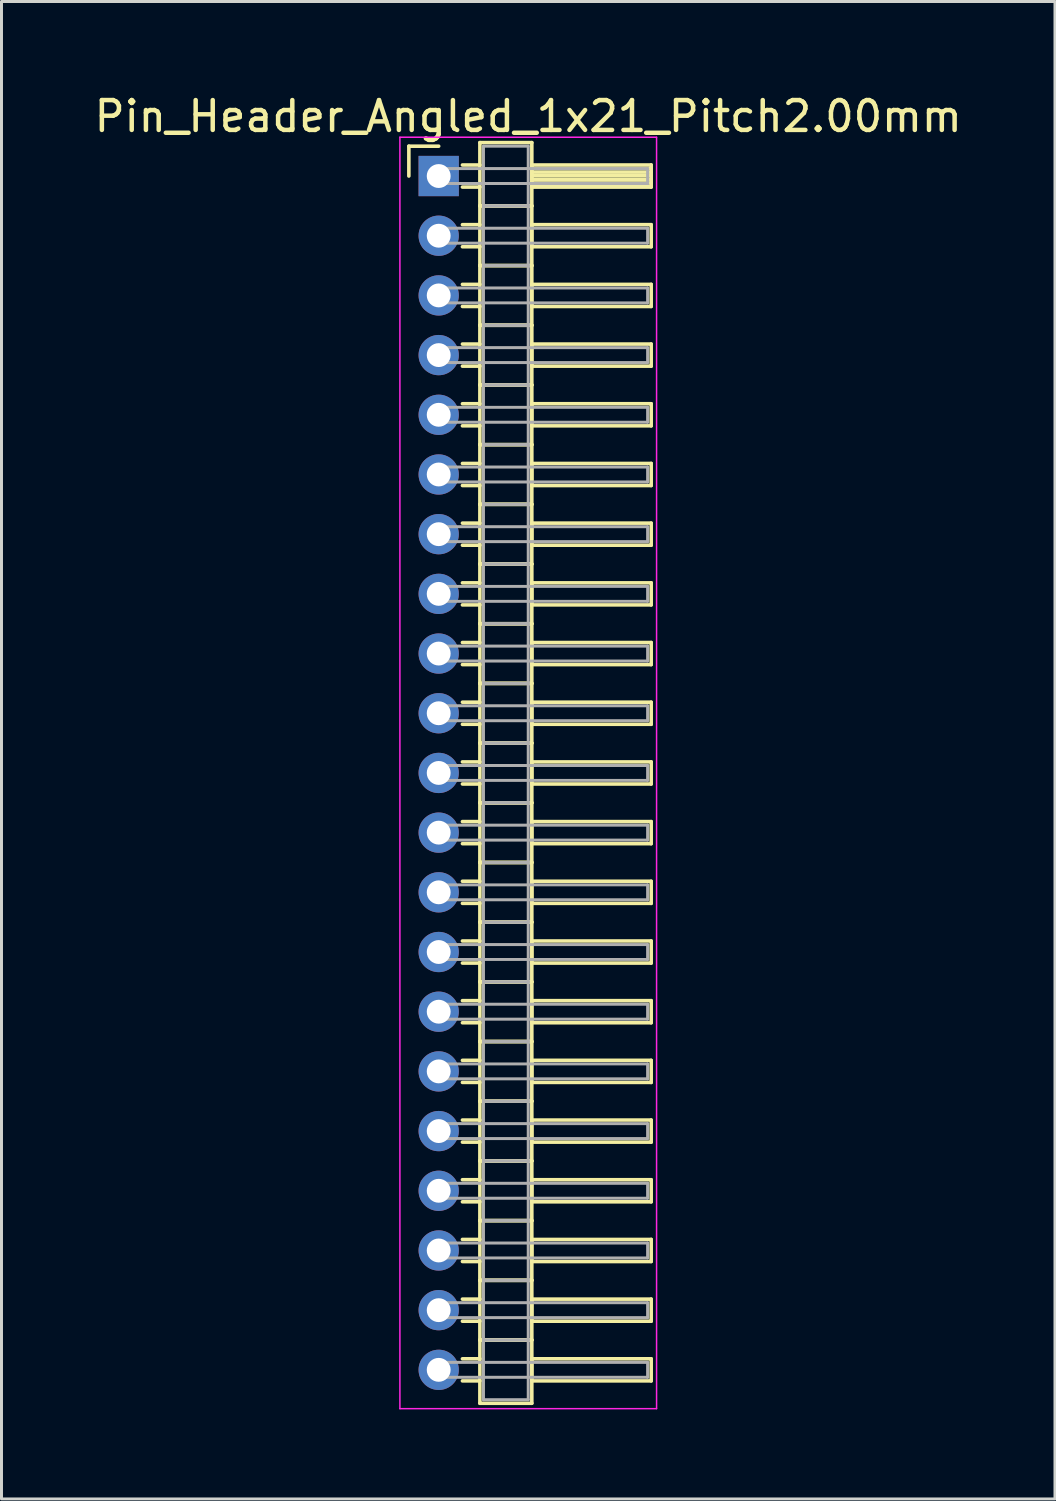
<source format=kicad_pcb>
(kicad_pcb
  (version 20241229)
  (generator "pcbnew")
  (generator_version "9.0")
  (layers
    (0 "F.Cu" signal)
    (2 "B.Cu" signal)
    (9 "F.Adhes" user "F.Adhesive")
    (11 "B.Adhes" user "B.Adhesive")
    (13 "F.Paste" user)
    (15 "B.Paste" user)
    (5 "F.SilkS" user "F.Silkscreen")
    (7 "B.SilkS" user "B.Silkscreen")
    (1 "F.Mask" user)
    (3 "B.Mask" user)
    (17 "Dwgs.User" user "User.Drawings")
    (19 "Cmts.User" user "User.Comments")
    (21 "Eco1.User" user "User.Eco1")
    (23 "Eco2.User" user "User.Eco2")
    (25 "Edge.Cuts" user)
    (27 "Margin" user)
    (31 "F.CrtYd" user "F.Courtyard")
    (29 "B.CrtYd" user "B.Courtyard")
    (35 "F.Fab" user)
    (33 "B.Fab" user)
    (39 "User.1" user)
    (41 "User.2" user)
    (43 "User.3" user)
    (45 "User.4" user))
  (footprint "Pin_Header_Angled_1x21_Pitch2.00mm"
    (layer "F.Cu")
    (at 11.649 2.848)
    (property "Reference" "Pin_Header_Angled_1x21_Pitch2.00mm" (at 3 -2 0) (layer "F.SilkS") (effects (font (size 1 1) (thickness 0.15))))
    (attr through_hole)
    (fp_line (start -1 -1) (end 0 -1) (stroke (width 0.12) (type solid)) (layer "F.SilkS"))
    (fp_line (start -1 0) (end -1 -1) (stroke (width 0.12) (type solid)) (layer "F.SilkS"))
    (fp_line (start 0.795 -0.37) (end 1.38 -0.37) (stroke (width 0.12) (type solid)) (layer "F.SilkS"))
    (fp_line (start 0.795 0.37) (end 1.38 0.37) (stroke (width 0.12) (type solid)) (layer "F.SilkS"))
    (fp_line (start 0.795 1.63) (end 1.38 1.63) (stroke (width 0.12) (type solid)) (layer "F.SilkS"))
    (fp_line (start 0.795 2.37) (end 1.38 2.37) (stroke (width 0.12) (type solid)) (layer "F.SilkS"))
    (fp_line (start 0.795 3.63) (end 1.38 3.63) (stroke (width 0.12) (type solid)) (layer "F.SilkS"))
    (fp_line (start 0.795 4.37) (end 1.38 4.37) (stroke (width 0.12) (type solid)) (layer "F.SilkS"))
    (fp_line (start 0.795 5.63) (end 1.38 5.63) (stroke (width 0.12) (type solid)) (layer "F.SilkS"))
    (fp_line (start 0.795 6.37) (end 1.38 6.37) (stroke (width 0.12) (type solid)) (layer "F.SilkS"))
    (fp_line (start 0.795 7.63) (end 1.38 7.63) (stroke (width 0.12) (type solid)) (layer "F.SilkS"))
    (fp_line (start 0.795 8.37) (end 1.38 8.37) (stroke (width 0.12) (type solid)) (layer "F.SilkS"))
    (fp_line (start 0.795 9.63) (end 1.38 9.63) (stroke (width 0.12) (type solid)) (layer "F.SilkS"))
    (fp_line (start 0.795 10.37) (end 1.38 10.37) (stroke (width 0.12) (type solid)) (layer "F.SilkS"))
    (fp_line (start 0.795 11.63) (end 1.38 11.63) (stroke (width 0.12) (type solid)) (layer "F.SilkS"))
    (fp_line (start 0.795 12.37) (end 1.38 12.37) (stroke (width 0.12) (type solid)) (layer "F.SilkS"))
    (fp_line (start 0.795 13.63) (end 1.38 13.63) (stroke (width 0.12) (type solid)) (layer "F.SilkS"))
    (fp_line (start 0.795 14.37) (end 1.38 14.37) (stroke (width 0.12) (type solid)) (layer "F.SilkS"))
    (fp_line (start 0.795 15.63) (end 1.38 15.63) (stroke (width 0.12) (type solid)) (layer "F.SilkS"))
    (fp_line (start 0.795 16.37) (end 1.38 16.37) (stroke (width 0.12) (type solid)) (layer "F.SilkS"))
    (fp_line (start 0.795 17.63) (end 1.38 17.63) (stroke (width 0.12) (type solid)) (layer "F.SilkS"))
    (fp_line (start 0.795 18.37) (end 1.38 18.37) (stroke (width 0.12) (type solid)) (layer "F.SilkS"))
    (fp_line (start 0.795 19.63) (end 1.38 19.63) (stroke (width 0.12) (type solid)) (layer "F.SilkS"))
    (fp_line (start 0.795 20.37) (end 1.38 20.37) (stroke (width 0.12) (type solid)) (layer "F.SilkS"))
    (fp_line (start 0.795 21.63) (end 1.38 21.63) (stroke (width 0.12) (type solid)) (layer "F.SilkS"))
    (fp_line (start 0.795 22.37) (end 1.38 22.37) (stroke (width 0.12) (type solid)) (layer "F.SilkS"))
    (fp_line (start 0.795 23.63) (end 1.38 23.63) (stroke (width 0.12) (type solid)) (layer "F.SilkS"))
    (fp_line (start 0.795 24.37) (end 1.38 24.37) (stroke (width 0.12) (type solid)) (layer "F.SilkS"))
    (fp_line (start 0.795 25.63) (end 1.38 25.63) (stroke (width 0.12) (type solid)) (layer "F.SilkS"))
    (fp_line (start 0.795 26.37) (end 1.38 26.37) (stroke (width 0.12) (type solid)) (layer "F.SilkS"))
    (fp_line (start 0.795 27.63) (end 1.38 27.63) (stroke (width 0.12) (type solid)) (layer "F.SilkS"))
    (fp_line (start 0.795 28.37) (end 1.38 28.37) (stroke (width 0.12) (type solid)) (layer "F.SilkS"))
    (fp_line (start 0.795 29.63) (end 1.38 29.63) (stroke (width 0.12) (type solid)) (layer "F.SilkS"))
    (fp_line (start 0.795 30.37) (end 1.38 30.37) (stroke (width 0.12) (type solid)) (layer "F.SilkS"))
    (fp_line (start 0.795 31.63) (end 1.38 31.63) (stroke (width 0.12) (type solid)) (layer "F.SilkS"))
    (fp_line (start 0.795 32.37) (end 1.38 32.37) (stroke (width 0.12) (type solid)) (layer "F.SilkS"))
    (fp_line (start 0.795 33.63) (end 1.38 33.63) (stroke (width 0.12) (type solid)) (layer "F.SilkS"))
    (fp_line (start 0.795 34.37) (end 1.38 34.37) (stroke (width 0.12) (type solid)) (layer "F.SilkS"))
    (fp_line (start 0.795 35.63) (end 1.38 35.63) (stroke (width 0.12) (type solid)) (layer "F.SilkS"))
    (fp_line (start 0.795 36.37) (end 1.38 36.37) (stroke (width 0.12) (type solid)) (layer "F.SilkS"))
    (fp_line (start 0.795 37.63) (end 1.38 37.63) (stroke (width 0.12) (type solid)) (layer "F.SilkS"))
    (fp_line (start 0.795 38.37) (end 1.38 38.37) (stroke (width 0.12) (type solid)) (layer "F.SilkS"))
    (fp_line (start 0.795 39.63) (end 1.38 39.63) (stroke (width 0.12) (type solid)) (layer "F.SilkS"))
    (fp_line (start 0.795 40.37) (end 1.38 40.37) (stroke (width 0.12) (type solid)) (layer "F.SilkS"))
    (fp_line (start 1.38 -1.12) (end 1.38 1) (stroke (width 0.12) (type solid)) (layer "F.SilkS"))
    (fp_line (start 1.38 1) (end 1.38 3) (stroke (width 0.12) (type solid)) (layer "F.SilkS"))
    (fp_line (start 1.38 1) (end 3.12 1) (stroke (width 0.12) (type solid)) (layer "F.SilkS"))
    (fp_line (start 1.38 3) (end 1.38 5) (stroke (width 0.12) (type solid)) (layer "F.SilkS"))
    (fp_line (start 1.38 3) (end 3.12 3) (stroke (width 0.12) (type solid)) (layer "F.SilkS"))
    (fp_line (start 1.38 5) (end 1.38 7) (stroke (width 0.12) (type solid)) (layer "F.SilkS"))
    (fp_line (start 1.38 5) (end 3.12 5) (stroke (width 0.12) (type solid)) (layer "F.SilkS"))
    (fp_line (start 1.38 7) (end 1.38 9) (stroke (width 0.12) (type solid)) (layer "F.SilkS"))
    (fp_line (start 1.38 7) (end 3.12 7) (stroke (width 0.12) (type solid)) (layer "F.SilkS"))
    (fp_line (start 1.38 9) (end 1.38 11) (stroke (width 0.12) (type solid)) (layer "F.SilkS"))
    (fp_line (start 1.38 9) (end 3.12 9) (stroke (width 0.12) (type solid)) (layer "F.SilkS"))
    (fp_line (start 1.38 11) (end 1.38 13) (stroke (width 0.12) (type solid)) (layer "F.SilkS"))
    (fp_line (start 1.38 11) (end 3.12 11) (stroke (width 0.12) (type solid)) (layer "F.SilkS"))
    (fp_line (start 1.38 13) (end 1.38 15) (stroke (width 0.12) (type solid)) (layer "F.SilkS"))
    (fp_line (start 1.38 13) (end 3.12 13) (stroke (width 0.12) (type solid)) (layer "F.SilkS"))
    (fp_line (start 1.38 15) (end 1.38 17) (stroke (width 0.12) (type solid)) (layer "F.SilkS"))
    (fp_line (start 1.38 15) (end 3.12 15) (stroke (width 0.12) (type solid)) (layer "F.SilkS"))
    (fp_line (start 1.38 17) (end 1.38 19) (stroke (width 0.12) (type solid)) (layer "F.SilkS"))
    (fp_line (start 1.38 17) (end 3.12 17) (stroke (width 0.12) (type solid)) (layer "F.SilkS"))
    (fp_line (start 1.38 19) (end 1.38 21) (stroke (width 0.12) (type solid)) (layer "F.SilkS"))
    (fp_line (start 1.38 19) (end 3.12 19) (stroke (width 0.12) (type solid)) (layer "F.SilkS"))
    (fp_line (start 1.38 21) (end 1.38 23) (stroke (width 0.12) (type solid)) (layer "F.SilkS"))
    (fp_line (start 1.38 21) (end 3.12 21) (stroke (width 0.12) (type solid)) (layer "F.SilkS"))
    (fp_line (start 1.38 23) (end 1.38 25) (stroke (width 0.12) (type solid)) (layer "F.SilkS"))
    (fp_line (start 1.38 23) (end 3.12 23) (stroke (width 0.12) (type solid)) (layer "F.SilkS"))
    (fp_line (start 1.38 25) (end 1.38 27) (stroke (width 0.12) (type solid)) (layer "F.SilkS"))
    (fp_line (start 1.38 25) (end 3.12 25) (stroke (width 0.12) (type solid)) (layer "F.SilkS"))
    (fp_line (start 1.38 27) (end 1.38 29) (stroke (width 0.12) (type solid)) (layer "F.SilkS"))
    (fp_line (start 1.38 27) (end 3.12 27) (stroke (width 0.12) (type solid)) (layer "F.SilkS"))
    (fp_line (start 1.38 29) (end 1.38 31) (stroke (width 0.12) (type solid)) (layer "F.SilkS"))
    (fp_line (start 1.38 29) (end 3.12 29) (stroke (width 0.12) (type solid)) (layer "F.SilkS"))
    (fp_line (start 1.38 31) (end 1.38 33) (stroke (width 0.12) (type solid)) (layer "F.SilkS"))
    (fp_line (start 1.38 31) (end 3.12 31) (stroke (width 0.12) (type solid)) (layer "F.SilkS"))
    (fp_line (start 1.38 33) (end 1.38 35) (stroke (width 0.12) (type solid)) (layer "F.SilkS"))
    (fp_line (start 1.38 33) (end 3.12 33) (stroke (width 0.12) (type solid)) (layer "F.SilkS"))
    (fp_line (start 1.38 35) (end 1.38 37) (stroke (width 0.12) (type solid)) (layer "F.SilkS"))
    (fp_line (start 1.38 35) (end 3.12 35) (stroke (width 0.12) (type solid)) (layer "F.SilkS"))
    (fp_line (start 1.38 37) (end 1.38 39) (stroke (width 0.12) (type solid)) (layer "F.SilkS"))
    (fp_line (start 1.38 37) (end 3.12 37) (stroke (width 0.12) (type solid)) (layer "F.SilkS"))
    (fp_line (start 1.38 39) (end 1.38 41.12) (stroke (width 0.12) (type solid)) (layer "F.SilkS"))
    (fp_line (start 1.38 39) (end 3.12 39) (stroke (width 0.12) (type solid)) (layer "F.SilkS"))
    (fp_line (start 1.38 41.12) (end 3.12 41.12) (stroke (width 0.12) (type solid)) (layer "F.SilkS"))
    (fp_line (start 3.12 -1.12) (end 1.38 -1.12) (stroke (width 0.12) (type solid)) (layer "F.SilkS"))
    (fp_line (start 3.12 -0.37) (end 3.12 0.37) (stroke (width 0.12) (type solid)) (layer "F.SilkS"))
    (fp_line (start 3.12 -0.25) (end 7.12 -0.25) (stroke (width 0.12) (type solid)) (layer "F.SilkS"))
    (fp_line (start 3.12 -0.13) (end 7.12 -0.13) (stroke (width 0.12) (type solid)) (layer "F.SilkS"))
    (fp_line (start 3.12 -0.01) (end 7.12 -0.01) (stroke (width 0.12) (type solid)) (layer "F.SilkS"))
    (fp_line (start 3.12 0.11) (end 7.12 0.11) (stroke (width 0.12) (type solid)) (layer "F.SilkS"))
    (fp_line (start 3.12 0.23) (end 7.12 0.23) (stroke (width 0.12) (type solid)) (layer "F.SilkS"))
    (fp_line (start 3.12 0.35) (end 7.12 0.35) (stroke (width 0.12) (type solid)) (layer "F.SilkS"))
    (fp_line (start 3.12 0.37) (end 7.12 0.37) (stroke (width 0.12) (type solid)) (layer "F.SilkS"))
    (fp_line (start 3.12 1) (end 1.38 1) (stroke (width 0.12) (type solid)) (layer "F.SilkS"))
    (fp_line (start 3.12 1) (end 3.12 -1.12) (stroke (width 0.12) (type solid)) (layer "F.SilkS"))
    (fp_line (start 3.12 1.63) (end 3.12 2.37) (stroke (width 0.12) (type solid)) (layer "F.SilkS"))
    (fp_line (start 3.12 2.37) (end 7.12 2.37) (stroke (width 0.12) (type solid)) (layer "F.SilkS"))
    (fp_line (start 3.12 3) (end 1.38 3) (stroke (width 0.12) (type solid)) (layer "F.SilkS"))
    (fp_line (start 3.12 3) (end 3.12 1) (stroke (width 0.12) (type solid)) (layer "F.SilkS"))
    (fp_line (start 3.12 3.63) (end 3.12 4.37) (stroke (width 0.12) (type solid)) (layer "F.SilkS"))
    (fp_line (start 3.12 4.37) (end 7.12 4.37) (stroke (width 0.12) (type solid)) (layer "F.SilkS"))
    (fp_line (start 3.12 5) (end 1.38 5) (stroke (width 0.12) (type solid)) (layer "F.SilkS"))
    (fp_line (start 3.12 5) (end 3.12 3) (stroke (width 0.12) (type solid)) (layer "F.SilkS"))
    (fp_line (start 3.12 5.63) (end 3.12 6.37) (stroke (width 0.12) (type solid)) (layer "F.SilkS"))
    (fp_line (start 3.12 6.37) (end 7.12 6.37) (stroke (width 0.12) (type solid)) (layer "F.SilkS"))
    (fp_line (start 3.12 7) (end 1.38 7) (stroke (width 0.12) (type solid)) (layer "F.SilkS"))
    (fp_line (start 3.12 7) (end 3.12 5) (stroke (width 0.12) (type solid)) (layer "F.SilkS"))
    (fp_line (start 3.12 7.63) (end 3.12 8.37) (stroke (width 0.12) (type solid)) (layer "F.SilkS"))
    (fp_line (start 3.12 8.37) (end 7.12 8.37) (stroke (width 0.12) (type solid)) (layer "F.SilkS"))
    (fp_line (start 3.12 9) (end 1.38 9) (stroke (width 0.12) (type solid)) (layer "F.SilkS"))
    (fp_line (start 3.12 9) (end 3.12 7) (stroke (width 0.12) (type solid)) (layer "F.SilkS"))
    (fp_line (start 3.12 9.63) (end 3.12 10.37) (stroke (width 0.12) (type solid)) (layer "F.SilkS"))
    (fp_line (start 3.12 10.37) (end 7.12 10.37) (stroke (width 0.12) (type solid)) (layer "F.SilkS"))
    (fp_line (start 3.12 11) (end 1.38 11) (stroke (width 0.12) (type solid)) (layer "F.SilkS"))
    (fp_line (start 3.12 11) (end 3.12 9) (stroke (width 0.12) (type solid)) (layer "F.SilkS"))
    (fp_line (start 3.12 11.63) (end 3.12 12.37) (stroke (width 0.12) (type solid)) (layer "F.SilkS"))
    (fp_line (start 3.12 12.37) (end 7.12 12.37) (stroke (width 0.12) (type solid)) (layer "F.SilkS"))
    (fp_line (start 3.12 13) (end 1.38 13) (stroke (width 0.12) (type solid)) (layer "F.SilkS"))
    (fp_line (start 3.12 13) (end 3.12 11) (stroke (width 0.12) (type solid)) (layer "F.SilkS"))
    (fp_line (start 3.12 13.63) (end 3.12 14.37) (stroke (width 0.12) (type solid)) (layer "F.SilkS"))
    (fp_line (start 3.12 14.37) (end 7.12 14.37) (stroke (width 0.12) (type solid)) (layer "F.SilkS"))
    (fp_line (start 3.12 15) (end 1.38 15) (stroke (width 0.12) (type solid)) (layer "F.SilkS"))
    (fp_line (start 3.12 15) (end 3.12 13) (stroke (width 0.12) (type solid)) (layer "F.SilkS"))
    (fp_line (start 3.12 15.63) (end 3.12 16.37) (stroke (width 0.12) (type solid)) (layer "F.SilkS"))
    (fp_line (start 3.12 16.37) (end 7.12 16.37) (stroke (width 0.12) (type solid)) (layer "F.SilkS"))
    (fp_line (start 3.12 17) (end 1.38 17) (stroke (width 0.12) (type solid)) (layer "F.SilkS"))
    (fp_line (start 3.12 17) (end 3.12 15) (stroke (width 0.12) (type solid)) (layer "F.SilkS"))
    (fp_line (start 3.12 17.63) (end 3.12 18.37) (stroke (width 0.12) (type solid)) (layer "F.SilkS"))
    (fp_line (start 3.12 18.37) (end 7.12 18.37) (stroke (width 0.12) (type solid)) (layer "F.SilkS"))
    (fp_line (start 3.12 19) (end 1.38 19) (stroke (width 0.12) (type solid)) (layer "F.SilkS"))
    (fp_line (start 3.12 19) (end 3.12 17) (stroke (width 0.12) (type solid)) (layer "F.SilkS"))
    (fp_line (start 3.12 19.63) (end 3.12 20.37) (stroke (width 0.12) (type solid)) (layer "F.SilkS"))
    (fp_line (start 3.12 20.37) (end 7.12 20.37) (stroke (width 0.12) (type solid)) (layer "F.SilkS"))
    (fp_line (start 3.12 21) (end 1.38 21) (stroke (width 0.12) (type solid)) (layer "F.SilkS"))
    (fp_line (start 3.12 21) (end 3.12 19) (stroke (width 0.12) (type solid)) (layer "F.SilkS"))
    (fp_line (start 3.12 21.63) (end 3.12 22.37) (stroke (width 0.12) (type solid)) (layer "F.SilkS"))
    (fp_line (start 3.12 22.37) (end 7.12 22.37) (stroke (width 0.12) (type solid)) (layer "F.SilkS"))
    (fp_line (start 3.12 23) (end 1.38 23) (stroke (width 0.12) (type solid)) (layer "F.SilkS"))
    (fp_line (start 3.12 23) (end 3.12 21) (stroke (width 0.12) (type solid)) (layer "F.SilkS"))
    (fp_line (start 3.12 23.63) (end 3.12 24.37) (stroke (width 0.12) (type solid)) (layer "F.SilkS"))
    (fp_line (start 3.12 24.37) (end 7.12 24.37) (stroke (width 0.12) (type solid)) (layer "F.SilkS"))
    (fp_line (start 3.12 25) (end 1.38 25) (stroke (width 0.12) (type solid)) (layer "F.SilkS"))
    (fp_line (start 3.12 25) (end 3.12 23) (stroke (width 0.12) (type solid)) (layer "F.SilkS"))
    (fp_line (start 3.12 25.63) (end 3.12 26.37) (stroke (width 0.12) (type solid)) (layer "F.SilkS"))
    (fp_line (start 3.12 26.37) (end 7.12 26.37) (stroke (width 0.12) (type solid)) (layer "F.SilkS"))
    (fp_line (start 3.12 27) (end 1.38 27) (stroke (width 0.12) (type solid)) (layer "F.SilkS"))
    (fp_line (start 3.12 27) (end 3.12 25) (stroke (width 0.12) (type solid)) (layer "F.SilkS"))
    (fp_line (start 3.12 27.63) (end 3.12 28.37) (stroke (width 0.12) (type solid)) (layer "F.SilkS"))
    (fp_line (start 3.12 28.37) (end 7.12 28.37) (stroke (width 0.12) (type solid)) (layer "F.SilkS"))
    (fp_line (start 3.12 29) (end 1.38 29) (stroke (width 0.12) (type solid)) (layer "F.SilkS"))
    (fp_line (start 3.12 29) (end 3.12 27) (stroke (width 0.12) (type solid)) (layer "F.SilkS"))
    (fp_line (start 3.12 29.63) (end 3.12 30.37) (stroke (width 0.12) (type solid)) (layer "F.SilkS"))
    (fp_line (start 3.12 30.37) (end 7.12 30.37) (stroke (width 0.12) (type solid)) (layer "F.SilkS"))
    (fp_line (start 3.12 31) (end 1.38 31) (stroke (width 0.12) (type solid)) (layer "F.SilkS"))
    (fp_line (start 3.12 31) (end 3.12 29) (stroke (width 0.12) (type solid)) (layer "F.SilkS"))
    (fp_line (start 3.12 31.63) (end 3.12 32.37) (stroke (width 0.12) (type solid)) (layer "F.SilkS"))
    (fp_line (start 3.12 32.37) (end 7.12 32.37) (stroke (width 0.12) (type solid)) (layer "F.SilkS"))
    (fp_line (start 3.12 33) (end 1.38 33) (stroke (width 0.12) (type solid)) (layer "F.SilkS"))
    (fp_line (start 3.12 33) (end 3.12 31) (stroke (width 0.12) (type solid)) (layer "F.SilkS"))
    (fp_line (start 3.12 33.63) (end 3.12 34.37) (stroke (width 0.12) (type solid)) (layer "F.SilkS"))
    (fp_line (start 3.12 34.37) (end 7.12 34.37) (stroke (width 0.12) (type solid)) (layer "F.SilkS"))
    (fp_line (start 3.12 35) (end 1.38 35) (stroke (width 0.12) (type solid)) (layer "F.SilkS"))
    (fp_line (start 3.12 35) (end 3.12 33) (stroke (width 0.12) (type solid)) (layer "F.SilkS"))
    (fp_line (start 3.12 35.63) (end 3.12 36.37) (stroke (width 0.12) (type solid)) (layer "F.SilkS"))
    (fp_line (start 3.12 36.37) (end 7.12 36.37) (stroke (width 0.12) (type solid)) (layer "F.SilkS"))
    (fp_line (start 3.12 37) (end 1.38 37) (stroke (width 0.12) (type solid)) (layer "F.SilkS"))
    (fp_line (start 3.12 37) (end 3.12 35) (stroke (width 0.12) (type solid)) (layer "F.SilkS"))
    (fp_line (start 3.12 37.63) (end 3.12 38.37) (stroke (width 0.12) (type solid)) (layer "F.SilkS"))
    (fp_line (start 3.12 38.37) (end 7.12 38.37) (stroke (width 0.12) (type solid)) (layer "F.SilkS"))
    (fp_line (start 3.12 39) (end 1.38 39) (stroke (width 0.12) (type solid)) (layer "F.SilkS"))
    (fp_line (start 3.12 39) (end 3.12 37) (stroke (width 0.12) (type solid)) (layer "F.SilkS"))
    (fp_line (start 3.12 39.63) (end 3.12 40.37) (stroke (width 0.12) (type solid)) (layer "F.SilkS"))
    (fp_line (start 3.12 40.37) (end 7.12 40.37) (stroke (width 0.12) (type solid)) (layer "F.SilkS"))
    (fp_line (start 3.12 41.12) (end 3.12 39) (stroke (width 0.12) (type solid)) (layer "F.SilkS"))
    (fp_line (start 7.12 -0.37) (end 3.12 -0.37) (stroke (width 0.12) (type solid)) (layer "F.SilkS"))
    (fp_line (start 7.12 0.37) (end 7.12 -0.37) (stroke (width 0.12) (type solid)) (layer "F.SilkS"))
    (fp_line (start 7.12 1.63) (end 3.12 1.63) (stroke (width 0.12) (type solid)) (layer "F.SilkS"))
    (fp_line (start 7.12 2.37) (end 7.12 1.63) (stroke (width 0.12) (type solid)) (layer "F.SilkS"))
    (fp_line (start 7.12 3.63) (end 3.12 3.63) (stroke (width 0.12) (type solid)) (layer "F.SilkS"))
    (fp_line (start 7.12 4.37) (end 7.12 3.63) (stroke (width 0.12) (type solid)) (layer "F.SilkS"))
    (fp_line (start 7.12 5.63) (end 3.12 5.63) (stroke (width 0.12) (type solid)) (layer "F.SilkS"))
    (fp_line (start 7.12 6.37) (end 7.12 5.63) (stroke (width 0.12) (type solid)) (layer "F.SilkS"))
    (fp_line (start 7.12 7.63) (end 3.12 7.63) (stroke (width 0.12) (type solid)) (layer "F.SilkS"))
    (fp_line (start 7.12 8.37) (end 7.12 7.63) (stroke (width 0.12) (type solid)) (layer "F.SilkS"))
    (fp_line (start 7.12 9.63) (end 3.12 9.63) (stroke (width 0.12) (type solid)) (layer "F.SilkS"))
    (fp_line (start 7.12 10.37) (end 7.12 9.63) (stroke (width 0.12) (type solid)) (layer "F.SilkS"))
    (fp_line (start 7.12 11.63) (end 3.12 11.63) (stroke (width 0.12) (type solid)) (layer "F.SilkS"))
    (fp_line (start 7.12 12.37) (end 7.12 11.63) (stroke (width 0.12) (type solid)) (layer "F.SilkS"))
    (fp_line (start 7.12 13.63) (end 3.12 13.63) (stroke (width 0.12) (type solid)) (layer "F.SilkS"))
    (fp_line (start 7.12 14.37) (end 7.12 13.63) (stroke (width 0.12) (type solid)) (layer "F.SilkS"))
    (fp_line (start 7.12 15.63) (end 3.12 15.63) (stroke (width 0.12) (type solid)) (layer "F.SilkS"))
    (fp_line (start 7.12 16.37) (end 7.12 15.63) (stroke (width 0.12) (type solid)) (layer "F.SilkS"))
    (fp_line (start 7.12 17.63) (end 3.12 17.63) (stroke (width 0.12) (type solid)) (layer "F.SilkS"))
    (fp_line (start 7.12 18.37) (end 7.12 17.63) (stroke (width 0.12) (type solid)) (layer "F.SilkS"))
    (fp_line (start 7.12 19.63) (end 3.12 19.63) (stroke (width 0.12) (type solid)) (layer "F.SilkS"))
    (fp_line (start 7.12 20.37) (end 7.12 19.63) (stroke (width 0.12) (type solid)) (layer "F.SilkS"))
    (fp_line (start 7.12 21.63) (end 3.12 21.63) (stroke (width 0.12) (type solid)) (layer "F.SilkS"))
    (fp_line (start 7.12 22.37) (end 7.12 21.63) (stroke (width 0.12) (type solid)) (layer "F.SilkS"))
    (fp_line (start 7.12 23.63) (end 3.12 23.63) (stroke (width 0.12) (type solid)) (layer "F.SilkS"))
    (fp_line (start 7.12 24.37) (end 7.12 23.63) (stroke (width 0.12) (type solid)) (layer "F.SilkS"))
    (fp_line (start 7.12 25.63) (end 3.12 25.63) (stroke (width 0.12) (type solid)) (layer "F.SilkS"))
    (fp_line (start 7.12 26.37) (end 7.12 25.63) (stroke (width 0.12) (type solid)) (layer "F.SilkS"))
    (fp_line (start 7.12 27.63) (end 3.12 27.63) (stroke (width 0.12) (type solid)) (layer "F.SilkS"))
    (fp_line (start 7.12 28.37) (end 7.12 27.63) (stroke (width 0.12) (type solid)) (layer "F.SilkS"))
    (fp_line (start 7.12 29.63) (end 3.12 29.63) (stroke (width 0.12) (type solid)) (layer "F.SilkS"))
    (fp_line (start 7.12 30.37) (end 7.12 29.63) (stroke (width 0.12) (type solid)) (layer "F.SilkS"))
    (fp_line (start 7.12 31.63) (end 3.12 31.63) (stroke (width 0.12) (type solid)) (layer "F.SilkS"))
    (fp_line (start 7.12 32.37) (end 7.12 31.63) (stroke (width 0.12) (type solid)) (layer "F.SilkS"))
    (fp_line (start 7.12 33.63) (end 3.12 33.63) (stroke (width 0.12) (type solid)) (layer "F.SilkS"))
    (fp_line (start 7.12 34.37) (end 7.12 33.63) (stroke (width 0.12) (type solid)) (layer "F.SilkS"))
    (fp_line (start 7.12 35.63) (end 3.12 35.63) (stroke (width 0.12) (type solid)) (layer "F.SilkS"))
    (fp_line (start 7.12 36.37) (end 7.12 35.63) (stroke (width 0.12) (type solid)) (layer "F.SilkS"))
    (fp_line (start 7.12 37.63) (end 3.12 37.63) (stroke (width 0.12) (type solid)) (layer "F.SilkS"))
    (fp_line (start 7.12 38.37) (end 7.12 37.63) (stroke (width 0.12) (type solid)) (layer "F.SilkS"))
    (fp_line (start 7.12 39.63) (end 3.12 39.63) (stroke (width 0.12) (type solid)) (layer "F.SilkS"))
    (fp_line (start 7.12 40.37) (end 7.12 39.63) (stroke (width 0.12) (type solid)) (layer "F.SilkS"))
    (fp_line (start -1.3 -1.3) (end -1.3 41.3) (stroke (width 0.05) (type solid)) (layer "F.CrtYd"))
    (fp_line (start -1.3 41.3) (end 7.3 41.3) (stroke (width 0.05) (type solid)) (layer "F.CrtYd"))
    (fp_line (start 7.3 -1.3) (end -1.3 -1.3) (stroke (width 0.05) (type solid)) (layer "F.CrtYd"))
    (fp_line (start 7.3 41.3) (end 7.3 -1.3) (stroke (width 0.05) (type solid)) (layer "F.CrtYd"))
    (fp_line (start 0 -0.25) (end 0 0.25) (stroke (width 0.1) (type solid)) (layer "F.Fab"))
    (fp_line (start 0 0.25) (end 7 0.25) (stroke (width 0.1) (type solid)) (layer "F.Fab"))
    (fp_line (start 0 1.75) (end 0 2.25) (stroke (width 0.1) (type solid)) (layer "F.Fab"))
    (fp_line (start 0 2.25) (end 7 2.25) (stroke (width 0.1) (type solid)) (layer "F.Fab"))
    (fp_line (start 0 3.75) (end 0 4.25) (stroke (width 0.1) (type solid)) (layer "F.Fab"))
    (fp_line (start 0 4.25) (end 7 4.25) (stroke (width 0.1) (type solid)) (layer "F.Fab"))
    (fp_line (start 0 5.75) (end 0 6.25) (stroke (width 0.1) (type solid)) (layer "F.Fab"))
    (fp_line (start 0 6.25) (end 7 6.25) (stroke (width 0.1) (type solid)) (layer "F.Fab"))
    (fp_line (start 0 7.75) (end 0 8.25) (stroke (width 0.1) (type solid)) (layer "F.Fab"))
    (fp_line (start 0 8.25) (end 7 8.25) (stroke (width 0.1) (type solid)) (layer "F.Fab"))
    (fp_line (start 0 9.75) (end 0 10.25) (stroke (width 0.1) (type solid)) (layer "F.Fab"))
    (fp_line (start 0 10.25) (end 7 10.25) (stroke (width 0.1) (type solid)) (layer "F.Fab"))
    (fp_line (start 0 11.75) (end 0 12.25) (stroke (width 0.1) (type solid)) (layer "F.Fab"))
    (fp_line (start 0 12.25) (end 7 12.25) (stroke (width 0.1) (type solid)) (layer "F.Fab"))
    (fp_line (start 0 13.75) (end 0 14.25) (stroke (width 0.1) (type solid)) (layer "F.Fab"))
    (fp_line (start 0 14.25) (end 7 14.25) (stroke (width 0.1) (type solid)) (layer "F.Fab"))
    (fp_line (start 0 15.75) (end 0 16.25) (stroke (width 0.1) (type solid)) (layer "F.Fab"))
    (fp_line (start 0 16.25) (end 7 16.25) (stroke (width 0.1) (type solid)) (layer "F.Fab"))
    (fp_line (start 0 17.75) (end 0 18.25) (stroke (width 0.1) (type solid)) (layer "F.Fab"))
    (fp_line (start 0 18.25) (end 7 18.25) (stroke (width 0.1) (type solid)) (layer "F.Fab"))
    (fp_line (start 0 19.75) (end 0 20.25) (stroke (width 0.1) (type solid)) (layer "F.Fab"))
    (fp_line (start 0 20.25) (end 7 20.25) (stroke (width 0.1) (type solid)) (layer "F.Fab"))
    (fp_line (start 0 21.75) (end 0 22.25) (stroke (width 0.1) (type solid)) (layer "F.Fab"))
    (fp_line (start 0 22.25) (end 7 22.25) (stroke (width 0.1) (type solid)) (layer "F.Fab"))
    (fp_line (start 0 23.75) (end 0 24.25) (stroke (width 0.1) (type solid)) (layer "F.Fab"))
    (fp_line (start 0 24.25) (end 7 24.25) (stroke (width 0.1) (type solid)) (layer "F.Fab"))
    (fp_line (start 0 25.75) (end 0 26.25) (stroke (width 0.1) (type solid)) (layer "F.Fab"))
    (fp_line (start 0 26.25) (end 7 26.25) (stroke (width 0.1) (type solid)) (layer "F.Fab"))
    (fp_line (start 0 27.75) (end 0 28.25) (stroke (width 0.1) (type solid)) (layer "F.Fab"))
    (fp_line (start 0 28.25) (end 7 28.25) (stroke (width 0.1) (type solid)) (layer "F.Fab"))
    (fp_line (start 0 29.75) (end 0 30.25) (stroke (width 0.1) (type solid)) (layer "F.Fab"))
    (fp_line (start 0 30.25) (end 7 30.25) (stroke (width 0.1) (type solid)) (layer "F.Fab"))
    (fp_line (start 0 31.75) (end 0 32.25) (stroke (width 0.1) (type solid)) (layer "F.Fab"))
    (fp_line (start 0 32.25) (end 7 32.25) (stroke (width 0.1) (type solid)) (layer "F.Fab"))
    (fp_line (start 0 33.75) (end 0 34.25) (stroke (width 0.1) (type solid)) (layer "F.Fab"))
    (fp_line (start 0 34.25) (end 7 34.25) (stroke (width 0.1) (type solid)) (layer "F.Fab"))
    (fp_line (start 0 35.75) (end 0 36.25) (stroke (width 0.1) (type solid)) (layer "F.Fab"))
    (fp_line (start 0 36.25) (end 7 36.25) (stroke (width 0.1) (type solid)) (layer "F.Fab"))
    (fp_line (start 0 37.75) (end 0 38.25) (stroke (width 0.1) (type solid)) (layer "F.Fab"))
    (fp_line (start 0 38.25) (end 7 38.25) (stroke (width 0.1) (type solid)) (layer "F.Fab"))
    (fp_line (start 0 39.75) (end 0 40.25) (stroke (width 0.1) (type solid)) (layer "F.Fab"))
    (fp_line (start 0 40.25) (end 7 40.25) (stroke (width 0.1) (type solid)) (layer "F.Fab"))
    (fp_line (start 1.5 -1) (end 1.5 1) (stroke (width 0.1) (type solid)) (layer "F.Fab"))
    (fp_line (start 1.5 1) (end 1.5 3) (stroke (width 0.1) (type solid)) (layer "F.Fab"))
    (fp_line (start 1.5 1) (end 3 1) (stroke (width 0.1) (type solid)) (layer "F.Fab"))
    (fp_line (start 1.5 3) (end 1.5 5) (stroke (width 0.1) (type solid)) (layer "F.Fab"))
    (fp_line (start 1.5 3) (end 3 3) (stroke (width 0.1) (type solid)) (layer "F.Fab"))
    (fp_line (start 1.5 5) (end 1.5 7) (stroke (width 0.1) (type solid)) (layer "F.Fab"))
    (fp_line (start 1.5 5) (end 3 5) (stroke (width 0.1) (type solid)) (layer "F.Fab"))
    (fp_line (start 1.5 7) (end 1.5 9) (stroke (width 0.1) (type solid)) (layer "F.Fab"))
    (fp_line (start 1.5 7) (end 3 7) (stroke (width 0.1) (type solid)) (layer "F.Fab"))
    (fp_line (start 1.5 9) (end 1.5 11) (stroke (width 0.1) (type solid)) (layer "F.Fab"))
    (fp_line (start 1.5 9) (end 3 9) (stroke (width 0.1) (type solid)) (layer "F.Fab"))
    (fp_line (start 1.5 11) (end 1.5 13) (stroke (width 0.1) (type solid)) (layer "F.Fab"))
    (fp_line (start 1.5 11) (end 3 11) (stroke (width 0.1) (type solid)) (layer "F.Fab"))
    (fp_line (start 1.5 13) (end 1.5 15) (stroke (width 0.1) (type solid)) (layer "F.Fab"))
    (fp_line (start 1.5 13) (end 3 13) (stroke (width 0.1) (type solid)) (layer "F.Fab"))
    (fp_line (start 1.5 15) (end 1.5 17) (stroke (width 0.1) (type solid)) (layer "F.Fab"))
    (fp_line (start 1.5 15) (end 3 15) (stroke (width 0.1) (type solid)) (layer "F.Fab"))
    (fp_line (start 1.5 17) (end 1.5 19) (stroke (width 0.1) (type solid)) (layer "F.Fab"))
    (fp_line (start 1.5 17) (end 3 17) (stroke (width 0.1) (type solid)) (layer "F.Fab"))
    (fp_line (start 1.5 19) (end 1.5 21) (stroke (width 0.1) (type solid)) (layer "F.Fab"))
    (fp_line (start 1.5 19) (end 3 19) (stroke (width 0.1) (type solid)) (layer "F.Fab"))
    (fp_line (start 1.5 21) (end 1.5 23) (stroke (width 0.1) (type solid)) (layer "F.Fab"))
    (fp_line (start 1.5 21) (end 3 21) (stroke (width 0.1) (type solid)) (layer "F.Fab"))
    (fp_line (start 1.5 23) (end 1.5 25) (stroke (width 0.1) (type solid)) (layer "F.Fab"))
    (fp_line (start 1.5 23) (end 3 23) (stroke (width 0.1) (type solid)) (layer "F.Fab"))
    (fp_line (start 1.5 25) (end 1.5 27) (stroke (width 0.1) (type solid)) (layer "F.Fab"))
    (fp_line (start 1.5 25) (end 3 25) (stroke (width 0.1) (type solid)) (layer "F.Fab"))
    (fp_line (start 1.5 27) (end 1.5 29) (stroke (width 0.1) (type solid)) (layer "F.Fab"))
    (fp_line (start 1.5 27) (end 3 27) (stroke (width 0.1) (type solid)) (layer "F.Fab"))
    (fp_line (start 1.5 29) (end 1.5 31) (stroke (width 0.1) (type solid)) (layer "F.Fab"))
    (fp_line (start 1.5 29) (end 3 29) (stroke (width 0.1) (type solid)) (layer "F.Fab"))
    (fp_line (start 1.5 31) (end 1.5 33) (stroke (width 0.1) (type solid)) (layer "F.Fab"))
    (fp_line (start 1.5 31) (end 3 31) (stroke (width 0.1) (type solid)) (layer "F.Fab"))
    (fp_line (start 1.5 33) (end 1.5 35) (stroke (width 0.1) (type solid)) (layer "F.Fab"))
    (fp_line (start 1.5 33) (end 3 33) (stroke (width 0.1) (type solid)) (layer "F.Fab"))
    (fp_line (start 1.5 35) (end 1.5 37) (stroke (width 0.1) (type solid)) (layer "F.Fab"))
    (fp_line (start 1.5 35) (end 3 35) (stroke (width 0.1) (type solid)) (layer "F.Fab"))
    (fp_line (start 1.5 37) (end 1.5 39) (stroke (width 0.1) (type solid)) (layer "F.Fab"))
    (fp_line (start 1.5 37) (end 3 37) (stroke (width 0.1) (type solid)) (layer "F.Fab"))
    (fp_line (start 1.5 39) (end 1.5 41) (stroke (width 0.1) (type solid)) (layer "F.Fab"))
    (fp_line (start 1.5 39) (end 3 39) (stroke (width 0.1) (type solid)) (layer "F.Fab"))
    (fp_line (start 1.5 41) (end 3 41) (stroke (width 0.1) (type solid)) (layer "F.Fab"))
    (fp_line (start 3 -1) (end 1.5 -1) (stroke (width 0.1) (type solid)) (layer "F.Fab"))
    (fp_line (start 3 1) (end 1.5 1) (stroke (width 0.1) (type solid)) (layer "F.Fab"))
    (fp_line (start 3 1) (end 3 -1) (stroke (width 0.1) (type solid)) (layer "F.Fab"))
    (fp_line (start 3 3) (end 1.5 3) (stroke (width 0.1) (type solid)) (layer "F.Fab"))
    (fp_line (start 3 3) (end 3 1) (stroke (width 0.1) (type solid)) (layer "F.Fab"))
    (fp_line (start 3 5) (end 1.5 5) (stroke (width 0.1) (type solid)) (layer "F.Fab"))
    (fp_line (start 3 5) (end 3 3) (stroke (width 0.1) (type solid)) (layer "F.Fab"))
    (fp_line (start 3 7) (end 1.5 7) (stroke (width 0.1) (type solid)) (layer "F.Fab"))
    (fp_line (start 3 7) (end 3 5) (stroke (width 0.1) (type solid)) (layer "F.Fab"))
    (fp_line (start 3 9) (end 1.5 9) (stroke (width 0.1) (type solid)) (layer "F.Fab"))
    (fp_line (start 3 9) (end 3 7) (stroke (width 0.1) (type solid)) (layer "F.Fab"))
    (fp_line (start 3 11) (end 1.5 11) (stroke (width 0.1) (type solid)) (layer "F.Fab"))
    (fp_line (start 3 11) (end 3 9) (stroke (width 0.1) (type solid)) (layer "F.Fab"))
    (fp_line (start 3 13) (end 1.5 13) (stroke (width 0.1) (type solid)) (layer "F.Fab"))
    (fp_line (start 3 13) (end 3 11) (stroke (width 0.1) (type solid)) (layer "F.Fab"))
    (fp_line (start 3 15) (end 1.5 15) (stroke (width 0.1) (type solid)) (layer "F.Fab"))
    (fp_line (start 3 15) (end 3 13) (stroke (width 0.1) (type solid)) (layer "F.Fab"))
    (fp_line (start 3 17) (end 1.5 17) (stroke (width 0.1) (type solid)) (layer "F.Fab"))
    (fp_line (start 3 17) (end 3 15) (stroke (width 0.1) (type solid)) (layer "F.Fab"))
    (fp_line (start 3 19) (end 1.5 19) (stroke (width 0.1) (type solid)) (layer "F.Fab"))
    (fp_line (start 3 19) (end 3 17) (stroke (width 0.1) (type solid)) (layer "F.Fab"))
    (fp_line (start 3 21) (end 1.5 21) (stroke (width 0.1) (type solid)) (layer "F.Fab"))
    (fp_line (start 3 21) (end 3 19) (stroke (width 0.1) (type solid)) (layer "F.Fab"))
    (fp_line (start 3 23) (end 1.5 23) (stroke (width 0.1) (type solid)) (layer "F.Fab"))
    (fp_line (start 3 23) (end 3 21) (stroke (width 0.1) (type solid)) (layer "F.Fab"))
    (fp_line (start 3 25) (end 1.5 25) (stroke (width 0.1) (type solid)) (layer "F.Fab"))
    (fp_line (start 3 25) (end 3 23) (stroke (width 0.1) (type solid)) (layer "F.Fab"))
    (fp_line (start 3 27) (end 1.5 27) (stroke (width 0.1) (type solid)) (layer "F.Fab"))
    (fp_line (start 3 27) (end 3 25) (stroke (width 0.1) (type solid)) (layer "F.Fab"))
    (fp_line (start 3 29) (end 1.5 29) (stroke (width 0.1) (type solid)) (layer "F.Fab"))
    (fp_line (start 3 29) (end 3 27) (stroke (width 0.1) (type solid)) (layer "F.Fab"))
    (fp_line (start 3 31) (end 1.5 31) (stroke (width 0.1) (type solid)) (layer "F.Fab"))
    (fp_line (start 3 31) (end 3 29) (stroke (width 0.1) (type solid)) (layer "F.Fab"))
    (fp_line (start 3 33) (end 1.5 33) (stroke (width 0.1) (type solid)) (layer "F.Fab"))
    (fp_line (start 3 33) (end 3 31) (stroke (width 0.1) (type solid)) (layer "F.Fab"))
    (fp_line (start 3 35) (end 1.5 35) (stroke (width 0.1) (type solid)) (layer "F.Fab"))
    (fp_line (start 3 35) (end 3 33) (stroke (width 0.1) (type solid)) (layer "F.Fab"))
    (fp_line (start 3 37) (end 1.5 37) (stroke (width 0.1) (type solid)) (layer "F.Fab"))
    (fp_line (start 3 37) (end 3 35) (stroke (width 0.1) (type solid)) (layer "F.Fab"))
    (fp_line (start 3 39) (end 1.5 39) (stroke (width 0.1) (type solid)) (layer "F.Fab"))
    (fp_line (start 3 39) (end 3 37) (stroke (width 0.1) (type solid)) (layer "F.Fab"))
    (fp_line (start 3 41) (end 3 39) (stroke (width 0.1) (type solid)) (layer "F.Fab"))
    (fp_line (start 7 -0.25) (end 0 -0.25) (stroke (width 0.1) (type solid)) (layer "F.Fab"))
    (fp_line (start 7 0.25) (end 7 -0.25) (stroke (width 0.1) (type solid)) (layer "F.Fab"))
    (fp_line (start 7 1.75) (end 0 1.75) (stroke (width 0.1) (type solid)) (layer "F.Fab"))
    (fp_line (start 7 2.25) (end 7 1.75) (stroke (width 0.1) (type solid)) (layer "F.Fab"))
    (fp_line (start 7 3.75) (end 0 3.75) (stroke (width 0.1) (type solid)) (layer "F.Fab"))
    (fp_line (start 7 4.25) (end 7 3.75) (stroke (width 0.1) (type solid)) (layer "F.Fab"))
    (fp_line (start 7 5.75) (end 0 5.75) (stroke (width 0.1) (type solid)) (layer "F.Fab"))
    (fp_line (start 7 6.25) (end 7 5.75) (stroke (width 0.1) (type solid)) (layer "F.Fab"))
    (fp_line (start 7 7.75) (end 0 7.75) (stroke (width 0.1) (type solid)) (layer "F.Fab"))
    (fp_line (start 7 8.25) (end 7 7.75) (stroke (width 0.1) (type solid)) (layer "F.Fab"))
    (fp_line (start 7 9.75) (end 0 9.75) (stroke (width 0.1) (type solid)) (layer "F.Fab"))
    (fp_line (start 7 10.25) (end 7 9.75) (stroke (width 0.1) (type solid)) (layer "F.Fab"))
    (fp_line (start 7 11.75) (end 0 11.75) (stroke (width 0.1) (type solid)) (layer "F.Fab"))
    (fp_line (start 7 12.25) (end 7 11.75) (stroke (width 0.1) (type solid)) (layer "F.Fab"))
    (fp_line (start 7 13.75) (end 0 13.75) (stroke (width 0.1) (type solid)) (layer "F.Fab"))
    (fp_line (start 7 14.25) (end 7 13.75) (stroke (width 0.1) (type solid)) (layer "F.Fab"))
    (fp_line (start 7 15.75) (end 0 15.75) (stroke (width 0.1) (type solid)) (layer "F.Fab"))
    (fp_line (start 7 16.25) (end 7 15.75) (stroke (width 0.1) (type solid)) (layer "F.Fab"))
    (fp_line (start 7 17.75) (end 0 17.75) (stroke (width 0.1) (type solid)) (layer "F.Fab"))
    (fp_line (start 7 18.25) (end 7 17.75) (stroke (width 0.1) (type solid)) (layer "F.Fab"))
    (fp_line (start 7 19.75) (end 0 19.75) (stroke (width 0.1) (type solid)) (layer "F.Fab"))
    (fp_line (start 7 20.25) (end 7 19.75) (stroke (width 0.1) (type solid)) (layer "F.Fab"))
    (fp_line (start 7 21.75) (end 0 21.75) (stroke (width 0.1) (type solid)) (layer "F.Fab"))
    (fp_line (start 7 22.25) (end 7 21.75) (stroke (width 0.1) (type solid)) (layer "F.Fab"))
    (fp_line (start 7 23.75) (end 0 23.75) (stroke (width 0.1) (type solid)) (layer "F.Fab"))
    (fp_line (start 7 24.25) (end 7 23.75) (stroke (width 0.1) (type solid)) (layer "F.Fab"))
    (fp_line (start 7 25.75) (end 0 25.75) (stroke (width 0.1) (type solid)) (layer "F.Fab"))
    (fp_line (start 7 26.25) (end 7 25.75) (stroke (width 0.1) (type solid)) (layer "F.Fab"))
    (fp_line (start 7 27.75) (end 0 27.75) (stroke (width 0.1) (type solid)) (layer "F.Fab"))
    (fp_line (start 7 28.25) (end 7 27.75) (stroke (width 0.1) (type solid)) (layer "F.Fab"))
    (fp_line (start 7 29.75) (end 0 29.75) (stroke (width 0.1) (type solid)) (layer "F.Fab"))
    (fp_line (start 7 30.25) (end 7 29.75) (stroke (width 0.1) (type solid)) (layer "F.Fab"))
    (fp_line (start 7 31.75) (end 0 31.75) (stroke (width 0.1) (type solid)) (layer "F.Fab"))
    (fp_line (start 7 32.25) (end 7 31.75) (stroke (width 0.1) (type solid)) (layer "F.Fab"))
    (fp_line (start 7 33.75) (end 0 33.75) (stroke (width 0.1) (type solid)) (layer "F.Fab"))
    (fp_line (start 7 34.25) (end 7 33.75) (stroke (width 0.1) (type solid)) (layer "F.Fab"))
    (fp_line (start 7 35.75) (end 0 35.75) (stroke (width 0.1) (type solid)) (layer "F.Fab"))
    (fp_line (start 7 36.25) (end 7 35.75) (stroke (width 0.1) (type solid)) (layer "F.Fab"))
    (fp_line (start 7 37.75) (end 0 37.75) (stroke (width 0.1) (type solid)) (layer "F.Fab"))
    (fp_line (start 7 38.25) (end 7 37.75) (stroke (width 0.1) (type solid)) (layer "F.Fab"))
    (fp_line (start 7 39.75) (end 0 39.75) (stroke (width 0.1) (type solid)) (layer "F.Fab"))
    (fp_line (start 7 40.25) (end 7 39.75) (stroke (width 0.1) (type solid)) (layer "F.Fab"))
    (pad "1" thru_hole rect (at 0 0) (size 1.35 1.35) (drill 0.8) (layers "*.Cu" "*.Mask"))
    (pad "2" thru_hole oval (at 0 2) (size 1.35 1.35) (drill 0.8) (layers "*.Cu" "*.Mask"))
    (pad "3" thru_hole oval (at 0 4) (size 1.35 1.35) (drill 0.8) (layers "*.Cu" "*.Mask"))
    (pad "4" thru_hole oval (at 0 6) (size 1.35 1.35) (drill 0.8) (layers "*.Cu" "*.Mask"))
    (pad "5" thru_hole oval (at 0 8) (size 1.35 1.35) (drill 0.8) (layers "*.Cu" "*.Mask"))
    (pad "6" thru_hole oval (at 0 10) (size 1.35 1.35) (drill 0.8) (layers "*.Cu" "*.Mask"))
    (pad "7" thru_hole oval (at 0 12) (size 1.35 1.35) (drill 0.8) (layers "*.Cu" "*.Mask"))
    (pad "8" thru_hole oval (at 0 14) (size 1.35 1.35) (drill 0.8) (layers "*.Cu" "*.Mask"))
    (pad "9" thru_hole oval (at 0 16) (size 1.35 1.35) (drill 0.8) (layers "*.Cu" "*.Mask"))
    (pad "10" thru_hole oval (at 0 18) (size 1.35 1.35) (drill 0.8) (layers "*.Cu" "*.Mask"))
    (pad "11" thru_hole oval (at 0 20) (size 1.35 1.35) (drill 0.8) (layers "*.Cu" "*.Mask"))
    (pad "12" thru_hole oval (at 0 22) (size 1.35 1.35) (drill 0.8) (layers "*.Cu" "*.Mask"))
    (pad "13" thru_hole oval (at 0 24) (size 1.35 1.35) (drill 0.8) (layers "*.Cu" "*.Mask"))
    (pad "14" thru_hole oval (at 0 26) (size 1.35 1.35) (drill 0.8) (layers "*.Cu" "*.Mask"))
    (pad "15" thru_hole oval (at 0 28) (size 1.35 1.35) (drill 0.8) (layers "*.Cu" "*.Mask"))
    (pad "16" thru_hole oval (at 0 30) (size 1.35 1.35) (drill 0.8) (layers "*.Cu" "*.Mask"))
    (pad "17" thru_hole oval (at 0 32) (size 1.35 1.35) (drill 0.8) (layers "*.Cu" "*.Mask"))
    (pad "18" thru_hole oval (at 0 34) (size 1.35 1.35) (drill 0.8) (layers "*.Cu" "*.Mask"))
    (pad "19" thru_hole oval (at 0 36) (size 1.35 1.35) (drill 0.8) (layers "*.Cu" "*.Mask"))
    (pad "20" thru_hole oval (at 0 38) (size 1.35 1.35) (drill 0.8) (layers "*.Cu" "*.Mask"))
    (pad "21" thru_hole oval (at 0 40) (size 1.35 1.35) (drill 0.8) (layers "*.Cu" "*.Mask")))
  (gr_rect
    (start -3 -3)
    (end 32.298 47.173)
    (stroke (width 0.1) (type default))
    (fill no)
    (layer "Edge.Cuts")))
</source>
